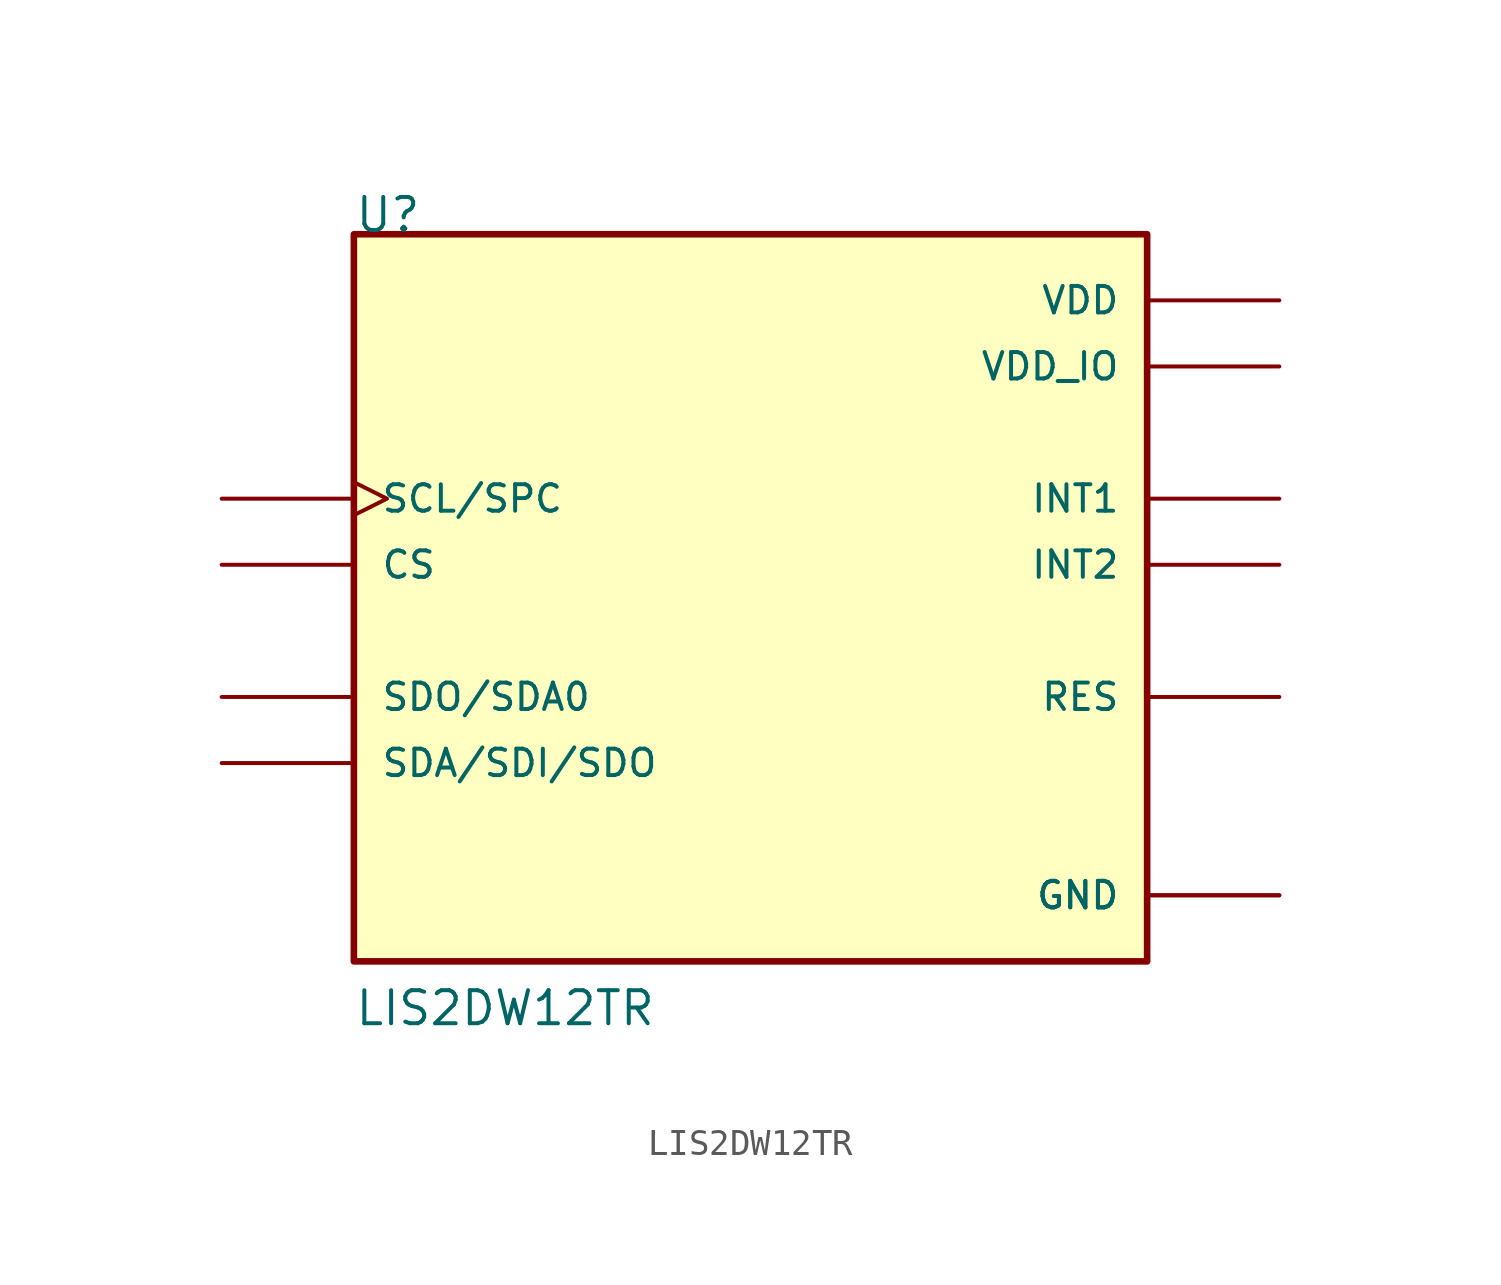
<source format=kicad_sym>
(kicad_symbol_lib
  (version 20210619)
  (generator kicad_symbol_editor)
  (symbol "LIS2DW12TR:LIS2DW12TR"
    (pin_numbers hide)
    (pin_names
      (offset 1.016))
    (property "Reference" "U"
      (at -15.24 12.7 0)
      (effects (font (size 1.27 1.27)) (justify left bottom)))
    (property "Value" "LIS2DW12TR"
      (at -15.24 -17.78 0)
      (effects (font (size 1.27 1.27)) (justify left bottom)))
    (symbol "LIS2DW12TR_0_0"
      (rectangle (start -15.24 -15.24) (end 15.24 12.7) (stroke (width 0.254)) (fill (type background)))
      (pin input clock (at -20.32 2.54 0) (length 5.08) (name "SCL/SPC" (effects (font (size 1.016 1.016)))) (number "1" (effects (font (size 1.016 1.016)))))
      (pin power_in line (at 20.32 7.62 180) (length 5.08) (name "VDD_IO" (effects (font (size 1.016 1.016)))) (number "10" (effects (font (size 1.016 1.016)))))
      (pin output line (at 20.32 0 180) (length 5.08) (name "INT2" (effects (font (size 1.016 1.016)))) (number "11" (effects (font (size 1.016 1.016)))))
      (pin output line (at 20.32 2.54 180) (length 5.08) (name "INT1" (effects (font (size 1.016 1.016)))) (number "12" (effects (font (size 1.016 1.016)))))
      (pin input line (at -20.32 0 0) (length 5.08) (name "CS" (effects (font (size 1.016 1.016)))) (number "2" (effects (font (size 1.016 1.016)))))
      (pin bidirectional line (at -20.32 -5.08 0) (length 5.08) (name "SDO/SDA0" (effects (font (size 1.016 1.016)))) (number "3" (effects (font (size 1.016 1.016)))))
      (pin bidirectional line (at -20.32 -7.62 0) (length 5.08) (name "SDA/SDI/SDO" (effects (font (size 1.016 1.016)))) (number "4" (effects (font (size 1.016 1.016)))))
      (pin power_in line (at 20.32 -12.7 180) (length 5.08) (name "GND" (effects (font (size 1.016 1.016)))) (number "6" (effects (font (size 1.016 1.016)))))
      (pin passive line (at 20.32 -5.08 180) (length 5.08) (name "RES" (effects (font (size 1.016 1.016)))) (number "7" (effects (font (size 1.016 1.016)))))
      (pin power_in line (at 20.32 -12.7 180) (length 5.08) (name "GND" (effects (font (size 1.016 1.016)))) (number "8" (effects (font (size 1.016 1.016)))))
      (pin power_in line (at 20.32 10.16 180) (length 5.08) (name "VDD" (effects (font (size 1.016 1.016)))) (number "9" (effects (font (size 1.016 1.016))))))))
</source>
